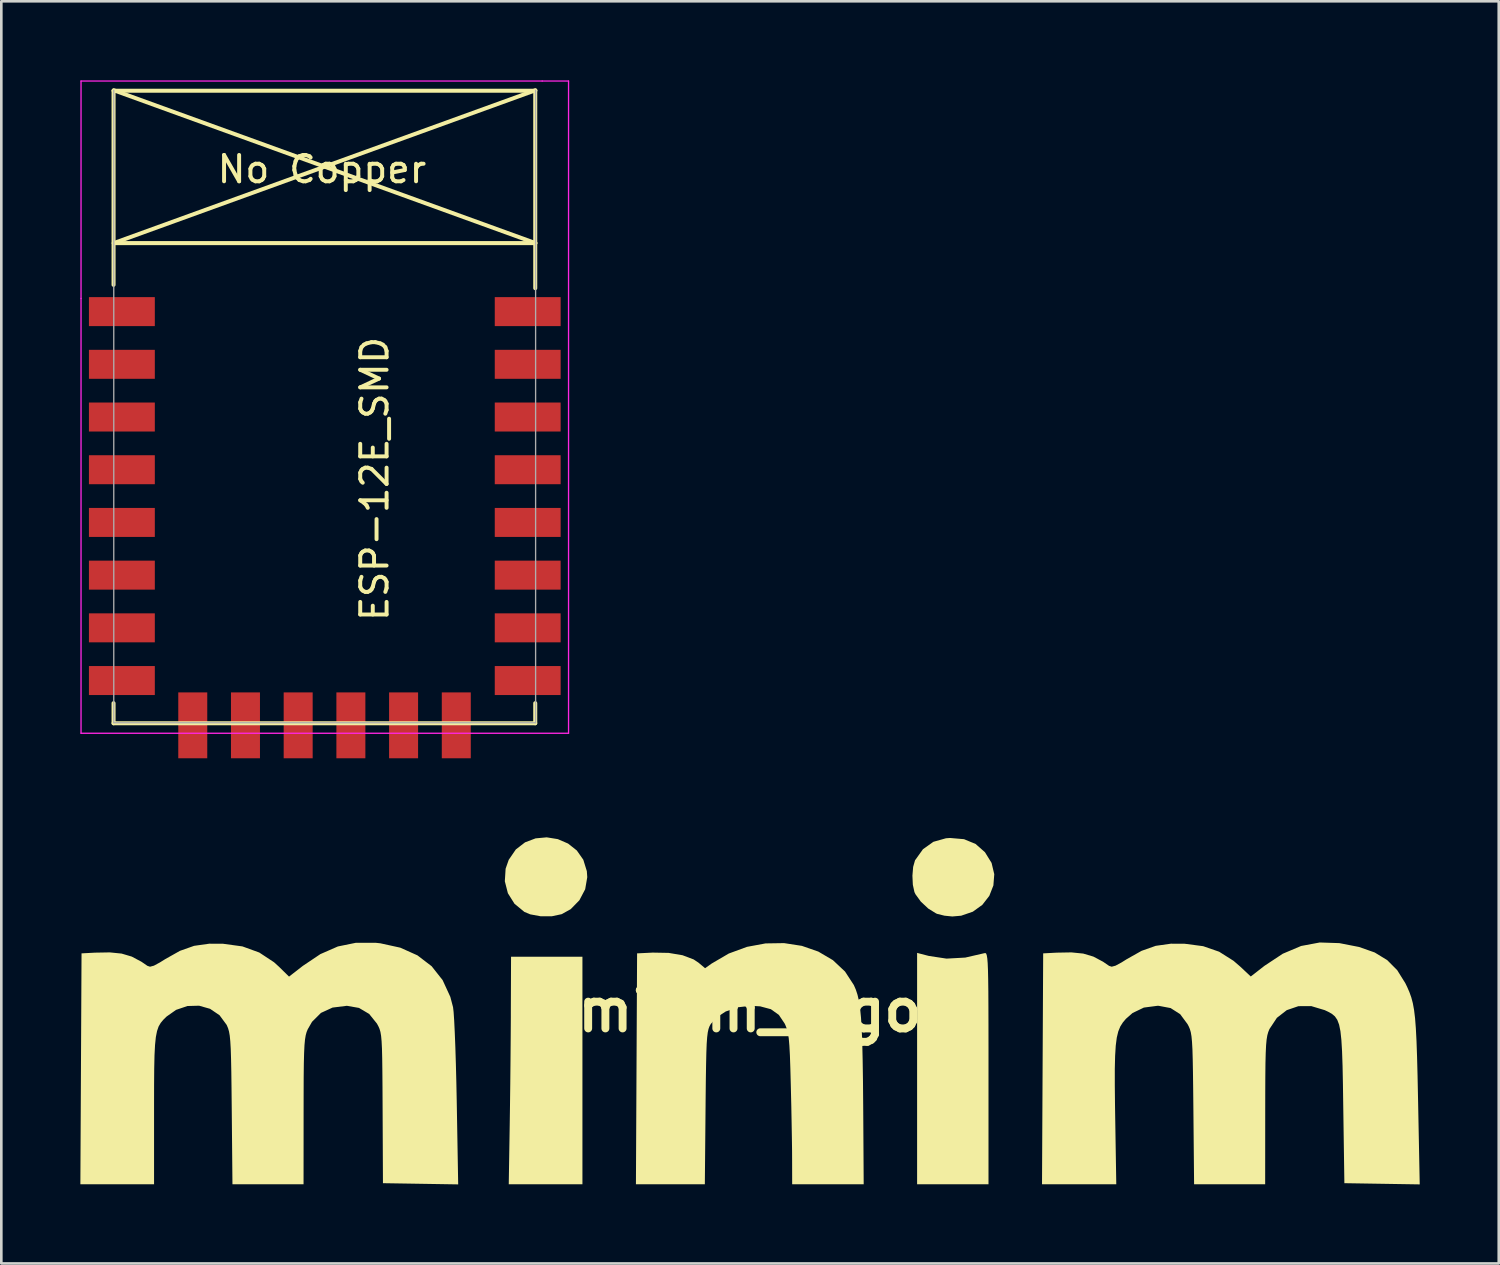
<source format=kicad_pcb>
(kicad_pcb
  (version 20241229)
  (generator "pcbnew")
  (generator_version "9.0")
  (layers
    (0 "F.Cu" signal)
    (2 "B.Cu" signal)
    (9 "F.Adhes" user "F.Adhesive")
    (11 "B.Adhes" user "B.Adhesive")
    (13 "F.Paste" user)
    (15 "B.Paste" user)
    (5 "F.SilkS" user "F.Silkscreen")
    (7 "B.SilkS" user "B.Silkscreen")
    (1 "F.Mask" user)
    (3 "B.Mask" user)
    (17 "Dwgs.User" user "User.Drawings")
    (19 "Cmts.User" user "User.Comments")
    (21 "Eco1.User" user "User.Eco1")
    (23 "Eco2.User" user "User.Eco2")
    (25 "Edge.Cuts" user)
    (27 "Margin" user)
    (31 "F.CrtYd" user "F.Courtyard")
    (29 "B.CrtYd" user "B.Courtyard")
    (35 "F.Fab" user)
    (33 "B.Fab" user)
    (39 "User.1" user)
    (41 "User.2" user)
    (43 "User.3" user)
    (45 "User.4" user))
  (footprint "ESP-12E_SMD"
    (layer "F.Cu")
    (at 2.275 8.775)
    (property "Reference" "ESP-12E_SMD" (at 8.89 6.35 90) (layer "F.SilkS") (effects (font (size 1 1) (thickness 0.15))))
    (attr through_hole)
    (fp_line (start -1.016 -8.382) (end -1.016 -1.016) (stroke (width 0.152) (type solid)) (layer "F.SilkS"))
    (fp_line (start -1.016 -8.382) (end 14.986 -8.382) (stroke (width 0.152) (type solid)) (layer "F.SilkS"))
    (fp_line (start -1.016 14.859) (end -1.016 15.621) (stroke (width 0.152) (type solid)) (layer "F.SilkS"))
    (fp_line (start -1.016 15.621) (end 14.986 15.621) (stroke (width 0.152) (type solid)) (layer "F.SilkS"))
    (fp_line (start -1.008 -8.4) (end 14.992 -2.6) (stroke (width 0.152) (type solid)) (layer "F.SilkS"))
    (fp_line (start -1.008 -2.6) (end 14.992 -2.6) (stroke (width 0.152) (type solid)) (layer "F.SilkS"))
    (fp_line (start 14.986 -8.382) (end 14.986 -0.889) (stroke (width 0.152) (type solid)) (layer "F.SilkS"))
    (fp_line (start 14.986 15.621) (end 14.986 14.859) (stroke (width 0.152) (type solid)) (layer "F.SilkS"))
    (fp_line (start 14.992 -8.4) (end -1.008 -2.6) (stroke (width 0.152) (type solid)) (layer "F.SilkS"))
    (fp_line (start -2.25 -8.75) (end 15.25 -8.75) (stroke (width 0.05) (type solid)) (layer "F.CrtYd"))
    (fp_line (start -2.25 -0.5) (end -2.25 -8.75) (stroke (width 0.05) (type solid)) (layer "F.CrtYd"))
    (fp_line (start -2.25 16) (end -2.25 -0.5) (stroke (width 0.05) (type solid)) (layer "F.CrtYd"))
    (fp_line (start 15.25 -8.75) (end 16.25 -8.75) (stroke (width 0.05) (type solid)) (layer "F.CrtYd"))
    (fp_line (start 16.25 -8.75) (end 16.25 16) (stroke (width 0.05) (type solid)) (layer "F.CrtYd"))
    (fp_line (start 16.25 16) (end -2.25 16) (stroke (width 0.05) (type solid)) (layer "F.CrtYd"))
    (fp_line (start -1.008 15.6) (end -1.008 -8.4) (stroke (width 0.05) (type solid)) (layer "F.Fab"))
    (fp_line (start 14.992 15.6) (end -1.008 15.6) (stroke (width 0.05) (type solid)) (layer "F.Fab"))
    (fp_line (start 15 -8.4) (end 15 15.6) (stroke (width 0.05) (type solid)) (layer "F.Fab"))
    (fp_text user "No Copper" (at 6.892 -5.4 0) (layer "F.SilkS") (effects (font (size 1 1) (thickness 0.15))))
    (pad "1" smd rect (at 0 0) (size 2.5 1.1) (drill (offset -0.7 0)) (layers "F.Cu" "F.Mask" "F.Paste"))
    (pad "2" smd rect (at 0 2) (size 2.5 1.1) (drill (offset -0.7 0)) (layers "F.Cu" "F.Mask" "F.Paste"))
    (pad "3" smd rect (at 0 4) (size 2.5 1.1) (drill (offset -0.7 0)) (layers "F.Cu" "F.Mask" "F.Paste"))
    (pad "4" smd rect (at 0 6) (size 2.5 1.1) (drill (offset -0.7 0)) (layers "F.Cu" "F.Mask" "F.Paste"))
    (pad "5" smd rect (at 0 8) (size 2.5 1.1) (drill (offset -0.7 0)) (layers "F.Cu" "F.Mask" "F.Paste"))
    (pad "6" smd rect (at 0 10) (size 2.5 1.1) (drill (offset -0.7 0)) (layers "F.Cu" "F.Mask" "F.Paste"))
    (pad "7" smd rect (at 0 12) (size 2.5 1.1) (drill (offset -0.7 0)) (layers "F.Cu" "F.Mask" "F.Paste"))
    (pad "8" smd rect (at 0 14) (size 2.5 1.1) (drill (offset -0.7 0)) (layers "F.Cu" "F.Mask" "F.Paste"))
    (pad "9" smd rect (at 14 14) (size 2.5 1.1) (drill (offset 0.7 0)) (layers "F.Cu" "F.Mask" "F.Paste"))
    (pad "10" smd rect (at 14 12) (size 2.5 1.1) (drill (offset 0.7 0)) (layers "F.Cu" "F.Mask" "F.Paste"))
    (pad "11" smd rect (at 14 10) (size 2.5 1.1) (drill (offset 0.7 0)) (layers "F.Cu" "F.Mask" "F.Paste"))
    (pad "12" smd rect (at 14 8) (size 2.5 1.1) (drill (offset 0.7 0)) (layers "F.Cu" "F.Mask" "F.Paste"))
    (pad "13" smd rect (at 14 6) (size 2.5 1.1) (drill (offset 0.7 0)) (layers "F.Cu" "F.Mask" "F.Paste"))
    (pad "14" smd rect (at 14 4) (size 2.5 1.1) (drill (offset 0.7 0)) (layers "F.Cu" "F.Mask" "F.Paste"))
    (pad "15" smd rect (at 14 2) (size 2.5 1.1) (drill (offset 0.7 0)) (layers "F.Cu" "F.Mask" "F.Paste"))
    (pad "16" smd rect (at 14 0) (size 2.5 1.1) (drill (offset 0.7 0)) (layers "F.Cu" "F.Mask" "F.Paste"))
    (pad "17" smd rect (at 1.99 15 90) (size 2.5 1.1) (drill (offset -0.7 0)) (layers "F.Cu" "F.Mask" "F.Paste"))
    (pad "18" smd rect (at 3.99 15 90) (size 2.5 1.1) (drill (offset -0.7 0)) (layers "F.Cu" "F.Mask" "F.Paste"))
    (pad "19" smd rect (at 5.99 15 90) (size 2.5 1.1) (drill (offset -0.7 0)) (layers "F.Cu" "F.Mask" "F.Paste"))
    (pad "20" smd rect (at 7.99 15 90) (size 2.5 1.1) (drill (offset -0.7 0)) (layers "F.Cu" "F.Mask" "F.Paste"))
    (pad "21" smd rect (at 9.99 15 90) (size 2.5 1.1) (drill (offset -0.7 0)) (layers "F.Cu" "F.Mask" "F.Paste"))
    (pad "22" smd rect (at 11.99 15 90) (size 2.5 1.1) (drill (offset -0.7 0)) (layers "F.Cu" "F.Mask" "F.Paste")))
  (footprint "minim_logo"
    (layer "F.Cu")
    (at 25.402 35.287)
    (property "Reference" "minim_logo" (at 0 0 0) (layer "F.SilkS") (effects (font (size 1.524 1.524) (thickness 0.3))))
    (attr board_only exclude_from_pos_files exclude_from_bom)
    (fp_poly (pts (xy -6.35 6.604) (xy -9.146 6.604) (xy -9.11 4.381) (xy -9.099 3.622) (xy -9.088 2.769) (xy -9.079 1.884) (xy -9.072 1.028) (xy -9.067 0.262) (xy -9.067 0.064) (xy -9.059 -2.032) (xy -6.35 -2.032)) (stroke (width 0) (type solid)) (fill yes) (layer "F.SilkS"))
    (fp_poly (pts (xy 6.792 -2.062) (xy 7.466 -1.96) (xy 8.177 -1.999) (xy 8.911 -2.168) (xy 8.944 -2.17) (xy 8.972 -2.147) (xy 8.994 -2.084) (xy 9.013 -1.969) (xy 9.028 -1.788) (xy 9.039 -1.528) (xy 9.047 -1.175) (xy 9.053 -0.717) (xy 9.056 -0.14) (xy 9.058 0.57) (xy 9.059 1.425) (xy 9.059 2.196) (xy 9.059 6.604) (xy 6.35 6.604) (xy 6.35 -2.177)) (stroke (width 0) (type solid)) (fill yes) (layer "F.SilkS"))
    (fp_poly (pts (xy -7.284 -6.494) (xy -6.895 -6.326) (xy -6.563 -6.063) (xy -6.317 -5.712) (xy -6.183 -5.279) (xy -6.167 -5.05) (xy -6.246 -4.592) (xy -6.466 -4.174) (xy -6.796 -3.836) (xy -7.139 -3.646) (xy -7.51 -3.567) (xy -7.933 -3.566) (xy -8.332 -3.64) (xy -8.554 -3.733) (xy -8.929 -4.042) (xy -9.179 -4.441) (xy -9.295 -4.895) (xy -9.265 -5.372) (xy -9.147 -5.709) (xy -8.877 -6.103) (xy -8.528 -6.372) (xy -8.128 -6.523) (xy -7.705 -6.562)) (stroke (width 0) (type solid)) (fill yes) (layer "F.SilkS"))
    (fp_poly (pts (xy 8.131 -6.492) (xy 8.57 -6.31) (xy 8.925 -5.997) (xy 9.176 -5.591) (xy 9.278 -5.163) (xy 9.245 -4.737) (xy 9.09 -4.341) (xy 8.825 -4) (xy 8.464 -3.74) (xy 8.021 -3.588) (xy 7.686 -3.559) (xy 7.388 -3.589) (xy 7.113 -3.657) (xy 7.07 -3.675) (xy 6.772 -3.86) (xy 6.491 -4.123) (xy 6.287 -4.404) (xy 6.248 -4.487) (xy 6.188 -4.763) (xy 6.172 -5.107) (xy 6.2 -5.441) (xy 6.27 -5.688) (xy 6.271 -5.69) (xy 6.572 -6.111) (xy 6.966 -6.392) (xy 7.446 -6.527) (xy 7.6 -6.538)) (stroke (width 0) (type solid)) (fill yes) (layer "F.SilkS"))
    (fp_poly (pts (xy 1.976 -2.444) (xy 2.601 -2.227) (xy 3.155 -1.901) (xy 3.615 -1.469) (xy 3.949 -0.957) (xy 4.025 -0.782) (xy 4.089 -0.587) (xy 4.143 -0.355) (xy 4.186 -0.071) (xy 4.221 0.282) (xy 4.248 0.719) (xy 4.269 1.256) (xy 4.284 1.908) (xy 4.296 2.692) (xy 4.304 3.623) (xy 4.307 4.043) (xy 4.323 6.604) (xy 1.609 6.604) (xy 1.607 5.694) (xy 1.605 5.331) (xy 1.598 4.84) (xy 1.588 4.262) (xy 1.576 3.637) (xy 1.561 3.006) (xy 1.557 2.836) (xy 1.54 2.201) (xy 1.523 1.711) (xy 1.503 1.341) (xy 1.479 1.065) (xy 1.447 0.86) (xy 1.405 0.701) (xy 1.351 0.562) (xy 1.326 0.508) (xy 1.103 0.175) (xy 0.801 -0.04) (xy 0.393 -0.149) (xy 0.038 -0.169) (xy -0.46 -0.112) (xy -0.914 0.047) (xy -1.281 0.288) (xy -1.483 0.527) (xy -1.529 0.611) (xy -1.565 0.709) (xy -1.594 0.84) (xy -1.617 1.023) (xy -1.635 1.275) (xy -1.648 1.616) (xy -1.658 2.062) (xy -1.667 2.634) (xy -1.675 3.348) (xy -1.678 3.704) (xy -1.705 6.604) (xy -4.32 6.604) (xy -4.298 2.223) (xy -4.276 -2.159) (xy -3.683 -2.188) (xy -3.08 -2.177) (xy -2.551 -2.088) (xy -2.13 -1.929) (xy -1.947 -1.807) (xy -1.696 -1.596) (xy -1.446 -1.773) (xy -0.796 -2.153) (xy -0.107 -2.406) (xy 0.6 -2.537) (xy 1.302 -2.548)) (stroke (width 0) (type solid)) (fill yes) (layer "F.SilkS"))
    (fp_poly (pts (xy -14.203 -2.561) (xy -14.018 -2.541) (xy -13.261 -2.375) (xy -12.61 -2.083) (xy -12.072 -1.671) (xy -11.655 -1.143) (xy -11.363 -0.508) (xy -11.26 -0.117) (xy -11.239 0.062) (xy -11.217 0.388) (xy -11.195 0.839) (xy -11.173 1.394) (xy -11.153 2.03) (xy -11.135 2.726) (xy -11.12 3.452) (xy -11.065 6.608) (xy -13.92 6.562) (xy -13.933 3.714) (xy -13.937 2.944) (xy -13.942 2.325) (xy -13.948 1.838) (xy -13.957 1.462) (xy -13.971 1.18) (xy -13.99 0.972) (xy -14.016 0.82) (xy -14.051 0.703) (xy -14.095 0.604) (xy -14.149 0.505) (xy -14.443 0.14) (xy -14.829 -0.089) (xy -15.286 -0.169) (xy -15.29 -0.169) (xy -15.832 -0.102) (xy -16.272 0.1) (xy -16.611 0.438) (xy -16.773 0.72) (xy -16.817 0.826) (xy -16.851 0.95) (xy -16.878 1.112) (xy -16.898 1.329) (xy -16.912 1.622) (xy -16.922 2.01) (xy -16.928 2.512) (xy -16.93 3.148) (xy -16.931 3.831) (xy -16.933 6.604) (xy -19.631 6.604) (xy -19.658 3.747) (xy -19.666 2.97) (xy -19.674 2.343) (xy -19.684 1.848) (xy -19.696 1.465) (xy -19.713 1.177) (xy -19.734 0.963) (xy -19.762 0.805) (xy -19.797 0.683) (xy -19.84 0.58) (xy -19.854 0.551) (xy -20.122 0.188) (xy -20.481 -0.055) (xy -20.897 -0.173) (xy -21.338 -0.161) (xy -21.77 -0.015) (xy -22.13 0.238) (xy -22.253 0.359) (xy -22.353 0.479) (xy -22.433 0.616) (xy -22.493 0.79) (xy -22.538 1.018) (xy -22.569 1.319) (xy -22.589 1.711) (xy -22.6 2.214) (xy -22.605 2.845) (xy -22.606 3.623) (xy -22.606 3.807) (xy -22.606 6.604) (xy -25.402 6.604) (xy -25.38 2.223) (xy -25.358 -2.159) (xy -24.85 -2.186) (xy -24.286 -2.196) (xy -23.837 -2.151) (xy -23.453 -2.037) (xy -23.086 -1.842) (xy -22.857 -1.685) (xy -22.758 -1.653) (xy -22.611 -1.692) (xy -22.384 -1.815) (xy -22.183 -1.94) (xy -21.623 -2.255) (xy -21.086 -2.445) (xy -20.51 -2.526) (xy -19.99 -2.524) (xy -19.252 -2.423) (xy -18.613 -2.191) (xy -18.053 -1.822) (xy -17.865 -1.651) (xy -17.484 -1.277) (xy -16.962 -1.683) (xy -16.294 -2.131) (xy -15.631 -2.421) (xy -14.944 -2.561)) (stroke (width 0) (type solid)) (fill yes) (layer "F.SilkS"))
    (fp_poly (pts (xy 22.365 -2.548) (xy 22.394 -2.544) (xy 23.123 -2.401) (xy 23.714 -2.193) (xy 24.188 -1.904) (xy 24.569 -1.521) (xy 24.877 -1.027) (xy 24.947 -0.883) (xy 25.032 -0.687) (xy 25.103 -0.489) (xy 25.161 -0.271) (xy 25.208 -0.014) (xy 25.246 0.299) (xy 25.276 0.687) (xy 25.301 1.169) (xy 25.322 1.762) (xy 25.341 2.485) (xy 25.359 3.357) (xy 25.362 3.495) (xy 25.423 6.608) (xy 23.993 6.585) (xy 22.564 6.562) (xy 22.521 3.641) (xy 22.509 2.8) (xy 22.495 2.112) (xy 22.476 1.559) (xy 22.45 1.125) (xy 22.414 0.792) (xy 22.363 0.544) (xy 22.294 0.363) (xy 22.205 0.233) (xy 22.092 0.137) (xy 21.951 0.058) (xy 21.817 -0.005) (xy 21.306 -0.158) (xy 20.819 -0.155) (xy 20.377 -0.004) (xy 20.003 0.287) (xy 19.722 0.711) (xy 19.718 0.72) (xy 19.675 0.826) (xy 19.64 0.95) (xy 19.613 1.112) (xy 19.593 1.329) (xy 19.579 1.622) (xy 19.569 2.01) (xy 19.564 2.512) (xy 19.561 3.148) (xy 19.56 3.831) (xy 19.558 6.604) (xy 16.861 6.604) (xy 16.834 3.747) (xy 16.826 2.974) (xy 16.818 2.353) (xy 16.809 1.862) (xy 16.798 1.484) (xy 16.782 1.199) (xy 16.762 0.988) (xy 16.735 0.832) (xy 16.7 0.712) (xy 16.656 0.609) (xy 16.612 0.526) (xy 16.332 0.148) (xy 15.97 -0.083) (xy 15.521 -0.168) (xy 15.47 -0.169) (xy 14.955 -0.102) (xy 14.525 0.105) (xy 14.275 0.324) (xy 14.156 0.465) (xy 14.059 0.619) (xy 13.984 0.804) (xy 13.927 1.039) (xy 13.888 1.342) (xy 13.864 1.732) (xy 13.852 2.228) (xy 13.852 2.847) (xy 13.86 3.61) (xy 13.866 4) (xy 13.908 6.604) (xy 11.09 6.604) (xy 11.112 2.223) (xy 11.134 -2.159) (xy 11.642 -2.186) (xy 12.205 -2.196) (xy 12.654 -2.151) (xy 13.038 -2.037) (xy 13.406 -1.842) (xy 13.635 -1.685) (xy 13.734 -1.653) (xy 13.88 -1.692) (xy 14.108 -1.815) (xy 14.308 -1.94) (xy 14.868 -2.255) (xy 15.405 -2.445) (xy 15.981 -2.526) (xy 16.502 -2.524) (xy 17.204 -2.432) (xy 17.811 -2.222) (xy 18.358 -1.876) (xy 18.605 -1.663) (xy 19.012 -1.282) (xy 19.531 -1.686) (xy 20.226 -2.145) (xy 20.921 -2.439) (xy 21.629 -2.572)) (stroke (width 0) (type solid)) (fill yes) (layer "F.SilkS")))
  (gr_rect
    (start -3 -3)
    (end 53.824 44.895)
    (stroke (width 0.1) (type default))
    (fill no)
    (layer "Edge.Cuts")))
</source>
